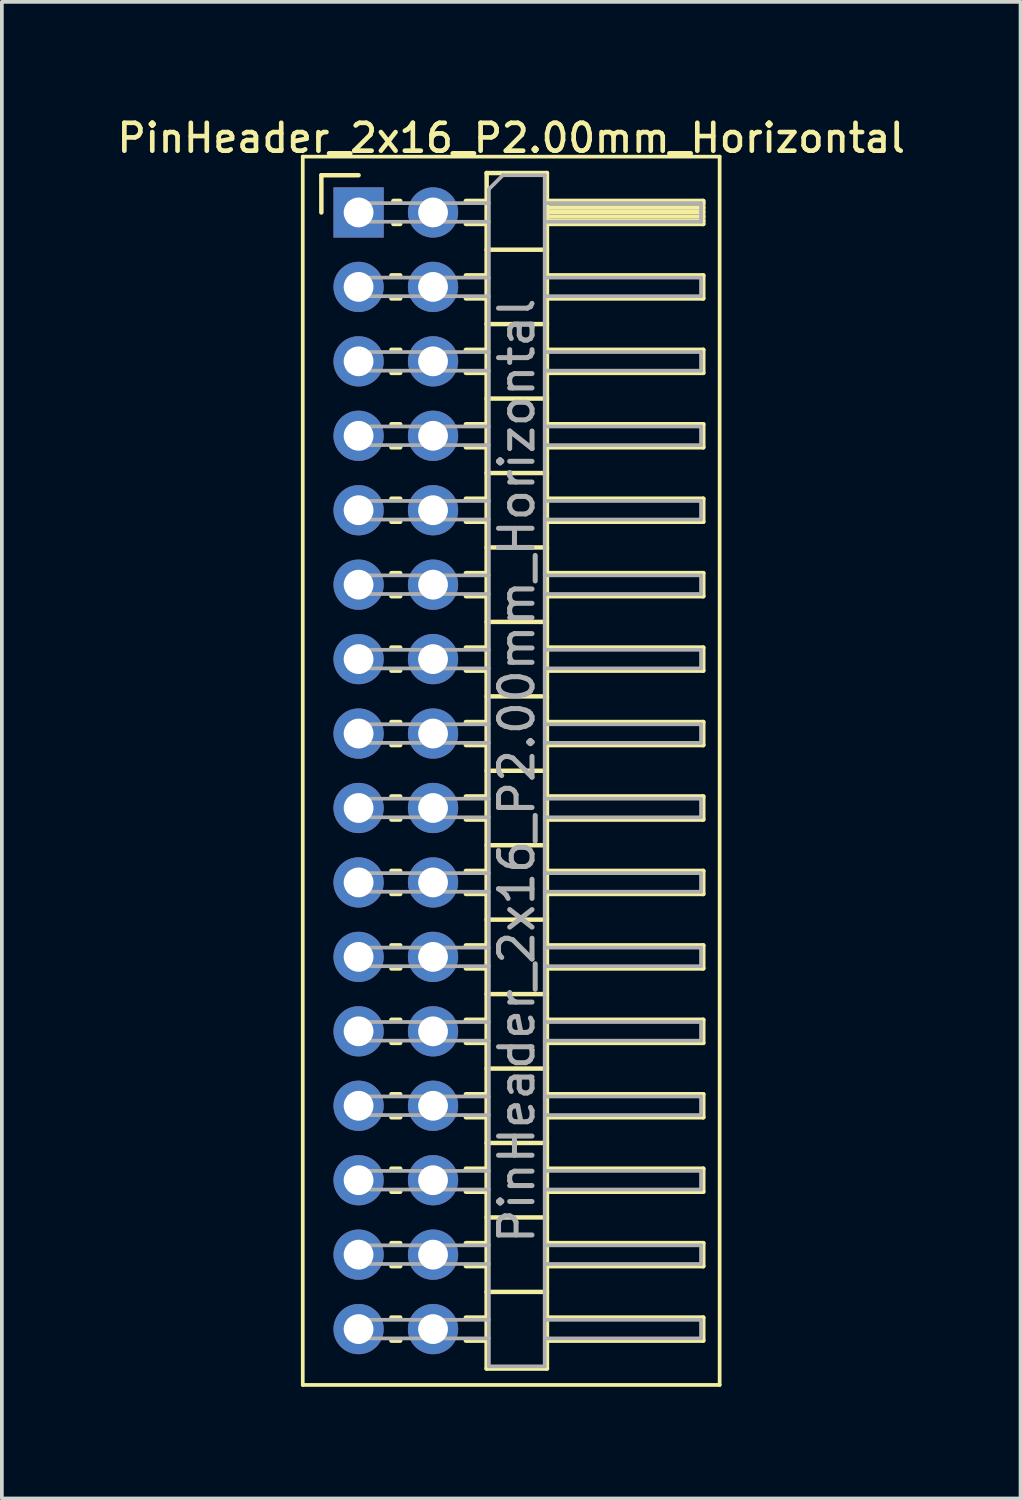
<source format=kicad_pcb>
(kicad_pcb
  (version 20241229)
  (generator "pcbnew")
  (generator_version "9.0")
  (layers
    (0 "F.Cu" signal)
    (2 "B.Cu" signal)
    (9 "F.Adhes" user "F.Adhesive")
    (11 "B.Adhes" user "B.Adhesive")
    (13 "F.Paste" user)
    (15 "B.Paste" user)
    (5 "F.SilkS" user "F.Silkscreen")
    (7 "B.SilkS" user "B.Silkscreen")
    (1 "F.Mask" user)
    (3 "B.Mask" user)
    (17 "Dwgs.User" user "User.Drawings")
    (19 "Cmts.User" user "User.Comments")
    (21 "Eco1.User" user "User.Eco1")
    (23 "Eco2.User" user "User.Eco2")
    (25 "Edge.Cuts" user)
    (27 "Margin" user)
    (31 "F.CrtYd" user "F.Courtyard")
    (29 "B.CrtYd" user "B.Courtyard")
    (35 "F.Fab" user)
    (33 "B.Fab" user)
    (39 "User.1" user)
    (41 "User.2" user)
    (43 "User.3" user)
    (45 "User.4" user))
  (footprint "PinHeader_2x16_P2.00mm_Horizontal"
    (layer "F.Cu")
    (at 6.584 2.658)
    (property "Reference" "PinHeader_2x16_P2.00mm_Horizontal" (at 4.1 -2 0) (layer "F.SilkS") (effects (font (size 0.75 0.75) (thickness 0.125))))
    (attr through_hole)
    (fp_line (start -1.5 -1.5) (end -1.5 31.5) (stroke (width 0.1) (type solid)) (layer "F.SilkS"))
    (fp_line (start -1.5 31.5) (end 9.7 31.5) (stroke (width 0.1) (type solid)) (layer "F.SilkS"))
    (fp_line (start -1 -1) (end 0 -1) (stroke (width 0.12) (type solid)) (layer "F.SilkS"))
    (fp_line (start -1 0) (end -1 -1) (stroke (width 0.12) (type solid)) (layer "F.SilkS"))
    (fp_line (start 0.882 1.69) (end 1.118 1.69) (stroke (width 0.12) (type solid)) (layer "F.SilkS"))
    (fp_line (start 0.882 2.31) (end 1.118 2.31) (stroke (width 0.12) (type solid)) (layer "F.SilkS"))
    (fp_line (start 0.882 3.69) (end 1.118 3.69) (stroke (width 0.12) (type solid)) (layer "F.SilkS"))
    (fp_line (start 0.882 4.31) (end 1.118 4.31) (stroke (width 0.12) (type solid)) (layer "F.SilkS"))
    (fp_line (start 0.882 5.69) (end 1.118 5.69) (stroke (width 0.12) (type solid)) (layer "F.SilkS"))
    (fp_line (start 0.882 6.31) (end 1.118 6.31) (stroke (width 0.12) (type solid)) (layer "F.SilkS"))
    (fp_line (start 0.882 7.69) (end 1.118 7.69) (stroke (width 0.12) (type solid)) (layer "F.SilkS"))
    (fp_line (start 0.882 8.31) (end 1.118 8.31) (stroke (width 0.12) (type solid)) (layer "F.SilkS"))
    (fp_line (start 0.882 9.69) (end 1.118 9.69) (stroke (width 0.12) (type solid)) (layer "F.SilkS"))
    (fp_line (start 0.882 10.31) (end 1.118 10.31) (stroke (width 0.12) (type solid)) (layer "F.SilkS"))
    (fp_line (start 0.882 11.69) (end 1.118 11.69) (stroke (width 0.12) (type solid)) (layer "F.SilkS"))
    (fp_line (start 0.882 12.31) (end 1.118 12.31) (stroke (width 0.12) (type solid)) (layer "F.SilkS"))
    (fp_line (start 0.882 13.69) (end 1.118 13.69) (stroke (width 0.12) (type solid)) (layer "F.SilkS"))
    (fp_line (start 0.882 14.31) (end 1.118 14.31) (stroke (width 0.12) (type solid)) (layer "F.SilkS"))
    (fp_line (start 0.882 15.69) (end 1.118 15.69) (stroke (width 0.12) (type solid)) (layer "F.SilkS"))
    (fp_line (start 0.882 16.31) (end 1.118 16.31) (stroke (width 0.12) (type solid)) (layer "F.SilkS"))
    (fp_line (start 0.882 17.69) (end 1.118 17.69) (stroke (width 0.12) (type solid)) (layer "F.SilkS"))
    (fp_line (start 0.882 18.31) (end 1.118 18.31) (stroke (width 0.12) (type solid)) (layer "F.SilkS"))
    (fp_line (start 0.882 19.69) (end 1.118 19.69) (stroke (width 0.12) (type solid)) (layer "F.SilkS"))
    (fp_line (start 0.882 20.31) (end 1.118 20.31) (stroke (width 0.12) (type solid)) (layer "F.SilkS"))
    (fp_line (start 0.882 21.69) (end 1.118 21.69) (stroke (width 0.12) (type solid)) (layer "F.SilkS"))
    (fp_line (start 0.882 22.31) (end 1.118 22.31) (stroke (width 0.12) (type solid)) (layer "F.SilkS"))
    (fp_line (start 0.882 23.69) (end 1.118 23.69) (stroke (width 0.12) (type solid)) (layer "F.SilkS"))
    (fp_line (start 0.882 24.31) (end 1.118 24.31) (stroke (width 0.12) (type solid)) (layer "F.SilkS"))
    (fp_line (start 0.882 25.69) (end 1.118 25.69) (stroke (width 0.12) (type solid)) (layer "F.SilkS"))
    (fp_line (start 0.882 26.31) (end 1.118 26.31) (stroke (width 0.12) (type solid)) (layer "F.SilkS"))
    (fp_line (start 0.882 27.69) (end 1.118 27.69) (stroke (width 0.12) (type solid)) (layer "F.SilkS"))
    (fp_line (start 0.882 28.31) (end 1.118 28.31) (stroke (width 0.12) (type solid)) (layer "F.SilkS"))
    (fp_line (start 0.882 29.69) (end 1.118 29.69) (stroke (width 0.12) (type solid)) (layer "F.SilkS"))
    (fp_line (start 0.882 30.31) (end 1.118 30.31) (stroke (width 0.12) (type solid)) (layer "F.SilkS"))
    (fp_line (start 0.935 -0.31) (end 1.118 -0.31) (stroke (width 0.12) (type solid)) (layer "F.SilkS"))
    (fp_line (start 0.935 0.31) (end 1.118 0.31) (stroke (width 0.12) (type solid)) (layer "F.SilkS"))
    (fp_line (start 2.882 -0.31) (end 3.44 -0.31) (stroke (width 0.12) (type solid)) (layer "F.SilkS"))
    (fp_line (start 2.882 0.31) (end 3.44 0.31) (stroke (width 0.12) (type solid)) (layer "F.SilkS"))
    (fp_line (start 2.882 1.69) (end 3.44 1.69) (stroke (width 0.12) (type solid)) (layer "F.SilkS"))
    (fp_line (start 2.882 2.31) (end 3.44 2.31) (stroke (width 0.12) (type solid)) (layer "F.SilkS"))
    (fp_line (start 2.882 3.69) (end 3.44 3.69) (stroke (width 0.12) (type solid)) (layer "F.SilkS"))
    (fp_line (start 2.882 4.31) (end 3.44 4.31) (stroke (width 0.12) (type solid)) (layer "F.SilkS"))
    (fp_line (start 2.882 5.69) (end 3.44 5.69) (stroke (width 0.12) (type solid)) (layer "F.SilkS"))
    (fp_line (start 2.882 6.31) (end 3.44 6.31) (stroke (width 0.12) (type solid)) (layer "F.SilkS"))
    (fp_line (start 2.882 7.69) (end 3.44 7.69) (stroke (width 0.12) (type solid)) (layer "F.SilkS"))
    (fp_line (start 2.882 8.31) (end 3.44 8.31) (stroke (width 0.12) (type solid)) (layer "F.SilkS"))
    (fp_line (start 2.882 9.69) (end 3.44 9.69) (stroke (width 0.12) (type solid)) (layer "F.SilkS"))
    (fp_line (start 2.882 10.31) (end 3.44 10.31) (stroke (width 0.12) (type solid)) (layer "F.SilkS"))
    (fp_line (start 2.882 11.69) (end 3.44 11.69) (stroke (width 0.12) (type solid)) (layer "F.SilkS"))
    (fp_line (start 2.882 12.31) (end 3.44 12.31) (stroke (width 0.12) (type solid)) (layer "F.SilkS"))
    (fp_line (start 2.882 13.69) (end 3.44 13.69) (stroke (width 0.12) (type solid)) (layer "F.SilkS"))
    (fp_line (start 2.882 14.31) (end 3.44 14.31) (stroke (width 0.12) (type solid)) (layer "F.SilkS"))
    (fp_line (start 2.882 15.69) (end 3.44 15.69) (stroke (width 0.12) (type solid)) (layer "F.SilkS"))
    (fp_line (start 2.882 16.31) (end 3.44 16.31) (stroke (width 0.12) (type solid)) (layer "F.SilkS"))
    (fp_line (start 2.882 17.69) (end 3.44 17.69) (stroke (width 0.12) (type solid)) (layer "F.SilkS"))
    (fp_line (start 2.882 18.31) (end 3.44 18.31) (stroke (width 0.12) (type solid)) (layer "F.SilkS"))
    (fp_line (start 2.882 19.69) (end 3.44 19.69) (stroke (width 0.12) (type solid)) (layer "F.SilkS"))
    (fp_line (start 2.882 20.31) (end 3.44 20.31) (stroke (width 0.12) (type solid)) (layer "F.SilkS"))
    (fp_line (start 2.882 21.69) (end 3.44 21.69) (stroke (width 0.12) (type solid)) (layer "F.SilkS"))
    (fp_line (start 2.882 22.31) (end 3.44 22.31) (stroke (width 0.12) (type solid)) (layer "F.SilkS"))
    (fp_line (start 2.882 23.69) (end 3.44 23.69) (stroke (width 0.12) (type solid)) (layer "F.SilkS"))
    (fp_line (start 2.882 24.31) (end 3.44 24.31) (stroke (width 0.12) (type solid)) (layer "F.SilkS"))
    (fp_line (start 2.882 25.69) (end 3.44 25.69) (stroke (width 0.12) (type solid)) (layer "F.SilkS"))
    (fp_line (start 2.882 26.31) (end 3.44 26.31) (stroke (width 0.12) (type solid)) (layer "F.SilkS"))
    (fp_line (start 2.882 27.69) (end 3.44 27.69) (stroke (width 0.12) (type solid)) (layer "F.SilkS"))
    (fp_line (start 2.882 28.31) (end 3.44 28.31) (stroke (width 0.12) (type solid)) (layer "F.SilkS"))
    (fp_line (start 2.882 29.69) (end 3.44 29.69) (stroke (width 0.12) (type solid)) (layer "F.SilkS"))
    (fp_line (start 2.882 30.31) (end 3.44 30.31) (stroke (width 0.12) (type solid)) (layer "F.SilkS"))
    (fp_line (start 3.44 -1.06) (end 3.44 31.06) (stroke (width 0.12) (type solid)) (layer "F.SilkS"))
    (fp_line (start 3.44 1) (end 5.06 1) (stroke (width 0.12) (type solid)) (layer "F.SilkS"))
    (fp_line (start 3.44 3) (end 5.06 3) (stroke (width 0.12) (type solid)) (layer "F.SilkS"))
    (fp_line (start 3.44 5) (end 5.06 5) (stroke (width 0.12) (type solid)) (layer "F.SilkS"))
    (fp_line (start 3.44 7) (end 5.06 7) (stroke (width 0.12) (type solid)) (layer "F.SilkS"))
    (fp_line (start 3.44 9) (end 5.06 9) (stroke (width 0.12) (type solid)) (layer "F.SilkS"))
    (fp_line (start 3.44 11) (end 5.06 11) (stroke (width 0.12) (type solid)) (layer "F.SilkS"))
    (fp_line (start 3.44 13) (end 5.06 13) (stroke (width 0.12) (type solid)) (layer "F.SilkS"))
    (fp_line (start 3.44 15) (end 5.06 15) (stroke (width 0.12) (type solid)) (layer "F.SilkS"))
    (fp_line (start 3.44 17) (end 5.06 17) (stroke (width 0.12) (type solid)) (layer "F.SilkS"))
    (fp_line (start 3.44 19) (end 5.06 19) (stroke (width 0.12) (type solid)) (layer "F.SilkS"))
    (fp_line (start 3.44 21) (end 5.06 21) (stroke (width 0.12) (type solid)) (layer "F.SilkS"))
    (fp_line (start 3.44 23) (end 5.06 23) (stroke (width 0.12) (type solid)) (layer "F.SilkS"))
    (fp_line (start 3.44 25) (end 5.06 25) (stroke (width 0.12) (type solid)) (layer "F.SilkS"))
    (fp_line (start 3.44 27) (end 5.06 27) (stroke (width 0.12) (type solid)) (layer "F.SilkS"))
    (fp_line (start 3.44 29) (end 5.06 29) (stroke (width 0.12) (type solid)) (layer "F.SilkS"))
    (fp_line (start 3.44 31.06) (end 5.06 31.06) (stroke (width 0.12) (type solid)) (layer "F.SilkS"))
    (fp_line (start 5.06 -1.06) (end 3.44 -1.06) (stroke (width 0.12) (type solid)) (layer "F.SilkS"))
    (fp_line (start 5.06 -0.31) (end 9.26 -0.31) (stroke (width 0.12) (type solid)) (layer "F.SilkS"))
    (fp_line (start 5.06 -0.25) (end 9.26 -0.25) (stroke (width 0.12) (type solid)) (layer "F.SilkS"))
    (fp_line (start 5.06 -0.13) (end 9.26 -0.13) (stroke (width 0.12) (type solid)) (layer "F.SilkS"))
    (fp_line (start 5.06 -0.01) (end 9.26 -0.01) (stroke (width 0.12) (type solid)) (layer "F.SilkS"))
    (fp_line (start 5.06 0.11) (end 9.26 0.11) (stroke (width 0.12) (type solid)) (layer "F.SilkS"))
    (fp_line (start 5.06 0.23) (end 9.26 0.23) (stroke (width 0.12) (type solid)) (layer "F.SilkS"))
    (fp_line (start 5.06 1.69) (end 9.26 1.69) (stroke (width 0.12) (type solid)) (layer "F.SilkS"))
    (fp_line (start 5.06 3.69) (end 9.26 3.69) (stroke (width 0.12) (type solid)) (layer "F.SilkS"))
    (fp_line (start 5.06 5.69) (end 9.26 5.69) (stroke (width 0.12) (type solid)) (layer "F.SilkS"))
    (fp_line (start 5.06 7.69) (end 9.26 7.69) (stroke (width 0.12) (type solid)) (layer "F.SilkS"))
    (fp_line (start 5.06 9.69) (end 9.26 9.69) (stroke (width 0.12) (type solid)) (layer "F.SilkS"))
    (fp_line (start 5.06 11.69) (end 9.26 11.69) (stroke (width 0.12) (type solid)) (layer "F.SilkS"))
    (fp_line (start 5.06 13.69) (end 9.26 13.69) (stroke (width 0.12) (type solid)) (layer "F.SilkS"))
    (fp_line (start 5.06 15.69) (end 9.26 15.69) (stroke (width 0.12) (type solid)) (layer "F.SilkS"))
    (fp_line (start 5.06 17.69) (end 9.26 17.69) (stroke (width 0.12) (type solid)) (layer "F.SilkS"))
    (fp_line (start 5.06 19.69) (end 9.26 19.69) (stroke (width 0.12) (type solid)) (layer "F.SilkS"))
    (fp_line (start 5.06 21.69) (end 9.26 21.69) (stroke (width 0.12) (type solid)) (layer "F.SilkS"))
    (fp_line (start 5.06 23.69) (end 9.26 23.69) (stroke (width 0.12) (type solid)) (layer "F.SilkS"))
    (fp_line (start 5.06 25.69) (end 9.26 25.69) (stroke (width 0.12) (type solid)) (layer "F.SilkS"))
    (fp_line (start 5.06 27.69) (end 9.26 27.69) (stroke (width 0.12) (type solid)) (layer "F.SilkS"))
    (fp_line (start 5.06 29.69) (end 9.26 29.69) (stroke (width 0.12) (type solid)) (layer "F.SilkS"))
    (fp_line (start 5.06 31.06) (end 5.06 -1.06) (stroke (width 0.12) (type solid)) (layer "F.SilkS"))
    (fp_line (start 9.26 -0.31) (end 9.26 0.31) (stroke (width 0.12) (type solid)) (layer "F.SilkS"))
    (fp_line (start 9.26 0.31) (end 5.06 0.31) (stroke (width 0.12) (type solid)) (layer "F.SilkS"))
    (fp_line (start 9.26 1.69) (end 9.26 2.31) (stroke (width 0.12) (type solid)) (layer "F.SilkS"))
    (fp_line (start 9.26 2.31) (end 5.06 2.31) (stroke (width 0.12) (type solid)) (layer "F.SilkS"))
    (fp_line (start 9.26 3.69) (end 9.26 4.31) (stroke (width 0.12) (type solid)) (layer "F.SilkS"))
    (fp_line (start 9.26 4.31) (end 5.06 4.31) (stroke (width 0.12) (type solid)) (layer "F.SilkS"))
    (fp_line (start 9.26 5.69) (end 9.26 6.31) (stroke (width 0.12) (type solid)) (layer "F.SilkS"))
    (fp_line (start 9.26 6.31) (end 5.06 6.31) (stroke (width 0.12) (type solid)) (layer "F.SilkS"))
    (fp_line (start 9.26 7.69) (end 9.26 8.31) (stroke (width 0.12) (type solid)) (layer "F.SilkS"))
    (fp_line (start 9.26 8.31) (end 5.06 8.31) (stroke (width 0.12) (type solid)) (layer "F.SilkS"))
    (fp_line (start 9.26 9.69) (end 9.26 10.31) (stroke (width 0.12) (type solid)) (layer "F.SilkS"))
    (fp_line (start 9.26 10.31) (end 5.06 10.31) (stroke (width 0.12) (type solid)) (layer "F.SilkS"))
    (fp_line (start 9.26 11.69) (end 9.26 12.31) (stroke (width 0.12) (type solid)) (layer "F.SilkS"))
    (fp_line (start 9.26 12.31) (end 5.06 12.31) (stroke (width 0.12) (type solid)) (layer "F.SilkS"))
    (fp_line (start 9.26 13.69) (end 9.26 14.31) (stroke (width 0.12) (type solid)) (layer "F.SilkS"))
    (fp_line (start 9.26 14.31) (end 5.06 14.31) (stroke (width 0.12) (type solid)) (layer "F.SilkS"))
    (fp_line (start 9.26 15.69) (end 9.26 16.31) (stroke (width 0.12) (type solid)) (layer "F.SilkS"))
    (fp_line (start 9.26 16.31) (end 5.06 16.31) (stroke (width 0.12) (type solid)) (layer "F.SilkS"))
    (fp_line (start 9.26 17.69) (end 9.26 18.31) (stroke (width 0.12) (type solid)) (layer "F.SilkS"))
    (fp_line (start 9.26 18.31) (end 5.06 18.31) (stroke (width 0.12) (type solid)) (layer "F.SilkS"))
    (fp_line (start 9.26 19.69) (end 9.26 20.31) (stroke (width 0.12) (type solid)) (layer "F.SilkS"))
    (fp_line (start 9.26 20.31) (end 5.06 20.31) (stroke (width 0.12) (type solid)) (layer "F.SilkS"))
    (fp_line (start 9.26 21.69) (end 9.26 22.31) (stroke (width 0.12) (type solid)) (layer "F.SilkS"))
    (fp_line (start 9.26 22.31) (end 5.06 22.31) (stroke (width 0.12) (type solid)) (layer "F.SilkS"))
    (fp_line (start 9.26 23.69) (end 9.26 24.31) (stroke (width 0.12) (type solid)) (layer "F.SilkS"))
    (fp_line (start 9.26 24.31) (end 5.06 24.31) (stroke (width 0.12) (type solid)) (layer "F.SilkS"))
    (fp_line (start 9.26 25.69) (end 9.26 26.31) (stroke (width 0.12) (type solid)) (layer "F.SilkS"))
    (fp_line (start 9.26 26.31) (end 5.06 26.31) (stroke (width 0.12) (type solid)) (layer "F.SilkS"))
    (fp_line (start 9.26 27.69) (end 9.26 28.31) (stroke (width 0.12) (type solid)) (layer "F.SilkS"))
    (fp_line (start 9.26 28.31) (end 5.06 28.31) (stroke (width 0.12) (type solid)) (layer "F.SilkS"))
    (fp_line (start 9.26 29.69) (end 9.26 30.31) (stroke (width 0.12) (type solid)) (layer "F.SilkS"))
    (fp_line (start 9.26 30.31) (end 5.06 30.31) (stroke (width 0.12) (type solid)) (layer "F.SilkS"))
    (fp_line (start 9.7 -1.5) (end -1.5 -1.5) (stroke (width 0.1) (type solid)) (layer "F.SilkS"))
    (fp_line (start 9.7 31.5) (end 9.7 -1.5) (stroke (width 0.1) (type solid)) (layer "F.SilkS"))
    (fp_line (start -0.25 -0.25) (end -0.25 0.25) (stroke (width 0.1) (type solid)) (layer "F.Fab"))
    (fp_line (start -0.25 -0.25) (end 3.5 -0.25) (stroke (width 0.1) (type solid)) (layer "F.Fab"))
    (fp_line (start -0.25 0.25) (end 3.5 0.25) (stroke (width 0.1) (type solid)) (layer "F.Fab"))
    (fp_line (start -0.25 1.75) (end -0.25 2.25) (stroke (width 0.1) (type solid)) (layer "F.Fab"))
    (fp_line (start -0.25 1.75) (end 3.5 1.75) (stroke (width 0.1) (type solid)) (layer "F.Fab"))
    (fp_line (start -0.25 2.25) (end 3.5 2.25) (stroke (width 0.1) (type solid)) (layer "F.Fab"))
    (fp_line (start -0.25 3.75) (end -0.25 4.25) (stroke (width 0.1) (type solid)) (layer "F.Fab"))
    (fp_line (start -0.25 3.75) (end 3.5 3.75) (stroke (width 0.1) (type solid)) (layer "F.Fab"))
    (fp_line (start -0.25 4.25) (end 3.5 4.25) (stroke (width 0.1) (type solid)) (layer "F.Fab"))
    (fp_line (start -0.25 5.75) (end -0.25 6.25) (stroke (width 0.1) (type solid)) (layer "F.Fab"))
    (fp_line (start -0.25 5.75) (end 3.5 5.75) (stroke (width 0.1) (type solid)) (layer "F.Fab"))
    (fp_line (start -0.25 6.25) (end 3.5 6.25) (stroke (width 0.1) (type solid)) (layer "F.Fab"))
    (fp_line (start -0.25 7.75) (end -0.25 8.25) (stroke (width 0.1) (type solid)) (layer "F.Fab"))
    (fp_line (start -0.25 7.75) (end 3.5 7.75) (stroke (width 0.1) (type solid)) (layer "F.Fab"))
    (fp_line (start -0.25 8.25) (end 3.5 8.25) (stroke (width 0.1) (type solid)) (layer "F.Fab"))
    (fp_line (start -0.25 9.75) (end -0.25 10.25) (stroke (width 0.1) (type solid)) (layer "F.Fab"))
    (fp_line (start -0.25 9.75) (end 3.5 9.75) (stroke (width 0.1) (type solid)) (layer "F.Fab"))
    (fp_line (start -0.25 10.25) (end 3.5 10.25) (stroke (width 0.1) (type solid)) (layer "F.Fab"))
    (fp_line (start -0.25 11.75) (end -0.25 12.25) (stroke (width 0.1) (type solid)) (layer "F.Fab"))
    (fp_line (start -0.25 11.75) (end 3.5 11.75) (stroke (width 0.1) (type solid)) (layer "F.Fab"))
    (fp_line (start -0.25 12.25) (end 3.5 12.25) (stroke (width 0.1) (type solid)) (layer "F.Fab"))
    (fp_line (start -0.25 13.75) (end -0.25 14.25) (stroke (width 0.1) (type solid)) (layer "F.Fab"))
    (fp_line (start -0.25 13.75) (end 3.5 13.75) (stroke (width 0.1) (type solid)) (layer "F.Fab"))
    (fp_line (start -0.25 14.25) (end 3.5 14.25) (stroke (width 0.1) (type solid)) (layer "F.Fab"))
    (fp_line (start -0.25 15.75) (end -0.25 16.25) (stroke (width 0.1) (type solid)) (layer "F.Fab"))
    (fp_line (start -0.25 15.75) (end 3.5 15.75) (stroke (width 0.1) (type solid)) (layer "F.Fab"))
    (fp_line (start -0.25 16.25) (end 3.5 16.25) (stroke (width 0.1) (type solid)) (layer "F.Fab"))
    (fp_line (start -0.25 17.75) (end -0.25 18.25) (stroke (width 0.1) (type solid)) (layer "F.Fab"))
    (fp_line (start -0.25 17.75) (end 3.5 17.75) (stroke (width 0.1) (type solid)) (layer "F.Fab"))
    (fp_line (start -0.25 18.25) (end 3.5 18.25) (stroke (width 0.1) (type solid)) (layer "F.Fab"))
    (fp_line (start -0.25 19.75) (end -0.25 20.25) (stroke (width 0.1) (type solid)) (layer "F.Fab"))
    (fp_line (start -0.25 19.75) (end 3.5 19.75) (stroke (width 0.1) (type solid)) (layer "F.Fab"))
    (fp_line (start -0.25 20.25) (end 3.5 20.25) (stroke (width 0.1) (type solid)) (layer "F.Fab"))
    (fp_line (start -0.25 21.75) (end -0.25 22.25) (stroke (width 0.1) (type solid)) (layer "F.Fab"))
    (fp_line (start -0.25 21.75) (end 3.5 21.75) (stroke (width 0.1) (type solid)) (layer "F.Fab"))
    (fp_line (start -0.25 22.25) (end 3.5 22.25) (stroke (width 0.1) (type solid)) (layer "F.Fab"))
    (fp_line (start -0.25 23.75) (end -0.25 24.25) (stroke (width 0.1) (type solid)) (layer "F.Fab"))
    (fp_line (start -0.25 23.75) (end 3.5 23.75) (stroke (width 0.1) (type solid)) (layer "F.Fab"))
    (fp_line (start -0.25 24.25) (end 3.5 24.25) (stroke (width 0.1) (type solid)) (layer "F.Fab"))
    (fp_line (start -0.25 25.75) (end -0.25 26.25) (stroke (width 0.1) (type solid)) (layer "F.Fab"))
    (fp_line (start -0.25 25.75) (end 3.5 25.75) (stroke (width 0.1) (type solid)) (layer "F.Fab"))
    (fp_line (start -0.25 26.25) (end 3.5 26.25) (stroke (width 0.1) (type solid)) (layer "F.Fab"))
    (fp_line (start -0.25 27.75) (end -0.25 28.25) (stroke (width 0.1) (type solid)) (layer "F.Fab"))
    (fp_line (start -0.25 27.75) (end 3.5 27.75) (stroke (width 0.1) (type solid)) (layer "F.Fab"))
    (fp_line (start -0.25 28.25) (end 3.5 28.25) (stroke (width 0.1) (type solid)) (layer "F.Fab"))
    (fp_line (start -0.25 29.75) (end -0.25 30.25) (stroke (width 0.1) (type solid)) (layer "F.Fab"))
    (fp_line (start -0.25 29.75) (end 3.5 29.75) (stroke (width 0.1) (type solid)) (layer "F.Fab"))
    (fp_line (start -0.25 30.25) (end 3.5 30.25) (stroke (width 0.1) (type solid)) (layer "F.Fab"))
    (fp_line (start 3.5 -0.625) (end 3.875 -1) (stroke (width 0.1) (type solid)) (layer "F.Fab"))
    (fp_line (start 3.5 31) (end 3.5 -0.625) (stroke (width 0.1) (type solid)) (layer "F.Fab"))
    (fp_line (start 3.875 -1) (end 5 -1) (stroke (width 0.1) (type solid)) (layer "F.Fab"))
    (fp_line (start 5 -1) (end 5 31) (stroke (width 0.1) (type solid)) (layer "F.Fab"))
    (fp_line (start 5 -0.25) (end 9.2 -0.25) (stroke (width 0.1) (type solid)) (layer "F.Fab"))
    (fp_line (start 5 0.25) (end 9.2 0.25) (stroke (width 0.1) (type solid)) (layer "F.Fab"))
    (fp_line (start 5 1.75) (end 9.2 1.75) (stroke (width 0.1) (type solid)) (layer "F.Fab"))
    (fp_line (start 5 2.25) (end 9.2 2.25) (stroke (width 0.1) (type solid)) (layer "F.Fab"))
    (fp_line (start 5 3.75) (end 9.2 3.75) (stroke (width 0.1) (type solid)) (layer "F.Fab"))
    (fp_line (start 5 4.25) (end 9.2 4.25) (stroke (width 0.1) (type solid)) (layer "F.Fab"))
    (fp_line (start 5 5.75) (end 9.2 5.75) (stroke (width 0.1) (type solid)) (layer "F.Fab"))
    (fp_line (start 5 6.25) (end 9.2 6.25) (stroke (width 0.1) (type solid)) (layer "F.Fab"))
    (fp_line (start 5 7.75) (end 9.2 7.75) (stroke (width 0.1) (type solid)) (layer "F.Fab"))
    (fp_line (start 5 8.25) (end 9.2 8.25) (stroke (width 0.1) (type solid)) (layer "F.Fab"))
    (fp_line (start 5 9.75) (end 9.2 9.75) (stroke (width 0.1) (type solid)) (layer "F.Fab"))
    (fp_line (start 5 10.25) (end 9.2 10.25) (stroke (width 0.1) (type solid)) (layer "F.Fab"))
    (fp_line (start 5 11.75) (end 9.2 11.75) (stroke (width 0.1) (type solid)) (layer "F.Fab"))
    (fp_line (start 5 12.25) (end 9.2 12.25) (stroke (width 0.1) (type solid)) (layer "F.Fab"))
    (fp_line (start 5 13.75) (end 9.2 13.75) (stroke (width 0.1) (type solid)) (layer "F.Fab"))
    (fp_line (start 5 14.25) (end 9.2 14.25) (stroke (width 0.1) (type solid)) (layer "F.Fab"))
    (fp_line (start 5 15.75) (end 9.2 15.75) (stroke (width 0.1) (type solid)) (layer "F.Fab"))
    (fp_line (start 5 16.25) (end 9.2 16.25) (stroke (width 0.1) (type solid)) (layer "F.Fab"))
    (fp_line (start 5 17.75) (end 9.2 17.75) (stroke (width 0.1) (type solid)) (layer "F.Fab"))
    (fp_line (start 5 18.25) (end 9.2 18.25) (stroke (width 0.1) (type solid)) (layer "F.Fab"))
    (fp_line (start 5 19.75) (end 9.2 19.75) (stroke (width 0.1) (type solid)) (layer "F.Fab"))
    (fp_line (start 5 20.25) (end 9.2 20.25) (stroke (width 0.1) (type solid)) (layer "F.Fab"))
    (fp_line (start 5 21.75) (end 9.2 21.75) (stroke (width 0.1) (type solid)) (layer "F.Fab"))
    (fp_line (start 5 22.25) (end 9.2 22.25) (stroke (width 0.1) (type solid)) (layer "F.Fab"))
    (fp_line (start 5 23.75) (end 9.2 23.75) (stroke (width 0.1) (type solid)) (layer "F.Fab"))
    (fp_line (start 5 24.25) (end 9.2 24.25) (stroke (width 0.1) (type solid)) (layer "F.Fab"))
    (fp_line (start 5 25.75) (end 9.2 25.75) (stroke (width 0.1) (type solid)) (layer "F.Fab"))
    (fp_line (start 5 26.25) (end 9.2 26.25) (stroke (width 0.1) (type solid)) (layer "F.Fab"))
    (fp_line (start 5 27.75) (end 9.2 27.75) (stroke (width 0.1) (type solid)) (layer "F.Fab"))
    (fp_line (start 5 28.25) (end 9.2 28.25) (stroke (width 0.1) (type solid)) (layer "F.Fab"))
    (fp_line (start 5 29.75) (end 9.2 29.75) (stroke (width 0.1) (type solid)) (layer "F.Fab"))
    (fp_line (start 5 30.25) (end 9.2 30.25) (stroke (width 0.1) (type solid)) (layer "F.Fab"))
    (fp_line (start 5 31) (end 3.5 31) (stroke (width 0.1) (type solid)) (layer "F.Fab"))
    (fp_line (start 9.2 -0.25) (end 9.2 0.25) (stroke (width 0.1) (type solid)) (layer "F.Fab"))
    (fp_line (start 9.2 1.75) (end 9.2 2.25) (stroke (width 0.1) (type solid)) (layer "F.Fab"))
    (fp_line (start 9.2 3.75) (end 9.2 4.25) (stroke (width 0.1) (type solid)) (layer "F.Fab"))
    (fp_line (start 9.2 5.75) (end 9.2 6.25) (stroke (width 0.1) (type solid)) (layer "F.Fab"))
    (fp_line (start 9.2 7.75) (end 9.2 8.25) (stroke (width 0.1) (type solid)) (layer "F.Fab"))
    (fp_line (start 9.2 9.75) (end 9.2 10.25) (stroke (width 0.1) (type solid)) (layer "F.Fab"))
    (fp_line (start 9.2 11.75) (end 9.2 12.25) (stroke (width 0.1) (type solid)) (layer "F.Fab"))
    (fp_line (start 9.2 13.75) (end 9.2 14.25) (stroke (width 0.1) (type solid)) (layer "F.Fab"))
    (fp_line (start 9.2 15.75) (end 9.2 16.25) (stroke (width 0.1) (type solid)) (layer "F.Fab"))
    (fp_line (start 9.2 17.75) (end 9.2 18.25) (stroke (width 0.1) (type solid)) (layer "F.Fab"))
    (fp_line (start 9.2 19.75) (end 9.2 20.25) (stroke (width 0.1) (type solid)) (layer "F.Fab"))
    (fp_line (start 9.2 21.75) (end 9.2 22.25) (stroke (width 0.1) (type solid)) (layer "F.Fab"))
    (fp_line (start 9.2 23.75) (end 9.2 24.25) (stroke (width 0.1) (type solid)) (layer "F.Fab"))
    (fp_line (start 9.2 25.75) (end 9.2 26.25) (stroke (width 0.1) (type solid)) (layer "F.Fab"))
    (fp_line (start 9.2 27.75) (end 9.2 28.25) (stroke (width 0.1) (type solid)) (layer "F.Fab"))
    (fp_line (start 9.2 29.75) (end 9.2 30.25) (stroke (width 0.1) (type solid)) (layer "F.Fab"))
    (fp_text user "${REFERENCE}" (at 4.25 15 90) (layer "F.Fab") (effects (font (size 0.9 0.9) (thickness 0.135))))
    (pad "1" thru_hole rect (at 0 0) (size 1.35 1.35) (drill 0.8) (layers "*.Cu" "*.Mask"))
    (pad "2" thru_hole oval (at 2 0) (size 1.35 1.35) (drill 0.8) (layers "*.Cu" "*.Mask"))
    (pad "3" thru_hole oval (at 0 2) (size 1.35 1.35) (drill 0.8) (layers "*.Cu" "*.Mask"))
    (pad "4" thru_hole oval (at 2 2) (size 1.35 1.35) (drill 0.8) (layers "*.Cu" "*.Mask"))
    (pad "5" thru_hole oval (at 0 4) (size 1.35 1.35) (drill 0.8) (layers "*.Cu" "*.Mask"))
    (pad "6" thru_hole oval (at 2 4) (size 1.35 1.35) (drill 0.8) (layers "*.Cu" "*.Mask"))
    (pad "7" thru_hole oval (at 0 6) (size 1.35 1.35) (drill 0.8) (layers "*.Cu" "*.Mask"))
    (pad "8" thru_hole oval (at 2 6) (size 1.35 1.35) (drill 0.8) (layers "*.Cu" "*.Mask"))
    (pad "9" thru_hole oval (at 0 8) (size 1.35 1.35) (drill 0.8) (layers "*.Cu" "*.Mask"))
    (pad "10" thru_hole oval (at 2 8) (size 1.35 1.35) (drill 0.8) (layers "*.Cu" "*.Mask"))
    (pad "11" thru_hole oval (at 0 10) (size 1.35 1.35) (drill 0.8) (layers "*.Cu" "*.Mask"))
    (pad "12" thru_hole oval (at 2 10) (size 1.35 1.35) (drill 0.8) (layers "*.Cu" "*.Mask"))
    (pad "13" thru_hole oval (at 0 12) (size 1.35 1.35) (drill 0.8) (layers "*.Cu" "*.Mask"))
    (pad "14" thru_hole oval (at 2 12) (size 1.35 1.35) (drill 0.8) (layers "*.Cu" "*.Mask"))
    (pad "15" thru_hole oval (at 0 14) (size 1.35 1.35) (drill 0.8) (layers "*.Cu" "*.Mask"))
    (pad "16" thru_hole oval (at 2 14) (size 1.35 1.35) (drill 0.8) (layers "*.Cu" "*.Mask"))
    (pad "17" thru_hole oval (at 0 16) (size 1.35 1.35) (drill 0.8) (layers "*.Cu" "*.Mask"))
    (pad "18" thru_hole oval (at 2 16) (size 1.35 1.35) (drill 0.8) (layers "*.Cu" "*.Mask"))
    (pad "19" thru_hole oval (at 0 18) (size 1.35 1.35) (drill 0.8) (layers "*.Cu" "*.Mask"))
    (pad "20" thru_hole oval (at 2 18) (size 1.35 1.35) (drill 0.8) (layers "*.Cu" "*.Mask"))
    (pad "21" thru_hole oval (at 0 20) (size 1.35 1.35) (drill 0.8) (layers "*.Cu" "*.Mask"))
    (pad "22" thru_hole oval (at 2 20) (size 1.35 1.35) (drill 0.8) (layers "*.Cu" "*.Mask"))
    (pad "23" thru_hole oval (at 0 22) (size 1.35 1.35) (drill 0.8) (layers "*.Cu" "*.Mask"))
    (pad "24" thru_hole oval (at 2 22) (size 1.35 1.35) (drill 0.8) (layers "*.Cu" "*.Mask"))
    (pad "25" thru_hole oval (at 0 24) (size 1.35 1.35) (drill 0.8) (layers "*.Cu" "*.Mask"))
    (pad "26" thru_hole oval (at 2 24) (size 1.35 1.35) (drill 0.8) (layers "*.Cu" "*.Mask"))
    (pad "27" thru_hole oval (at 0 26) (size 1.35 1.35) (drill 0.8) (layers "*.Cu" "*.Mask"))
    (pad "28" thru_hole oval (at 2 26) (size 1.35 1.35) (drill 0.8) (layers "*.Cu" "*.Mask"))
    (pad "29" thru_hole oval (at 0 28) (size 1.35 1.35) (drill 0.8) (layers "*.Cu" "*.Mask"))
    (pad "30" thru_hole oval (at 2 28) (size 1.35 1.35) (drill 0.8) (layers "*.Cu" "*.Mask"))
    (pad "31" thru_hole oval (at 0 30) (size 1.35 1.35) (drill 0.8) (layers "*.Cu" "*.Mask"))
    (pad "32" thru_hole oval (at 2 30) (size 1.35 1.35) (drill 0.8) (layers "*.Cu" "*.Mask")))
  (gr_rect
    (start -3 -3)
    (end 24.368 37.208)
    (stroke (width 0.1) (type default))
    (fill no)
    (layer "Edge.Cuts")))
</source>
